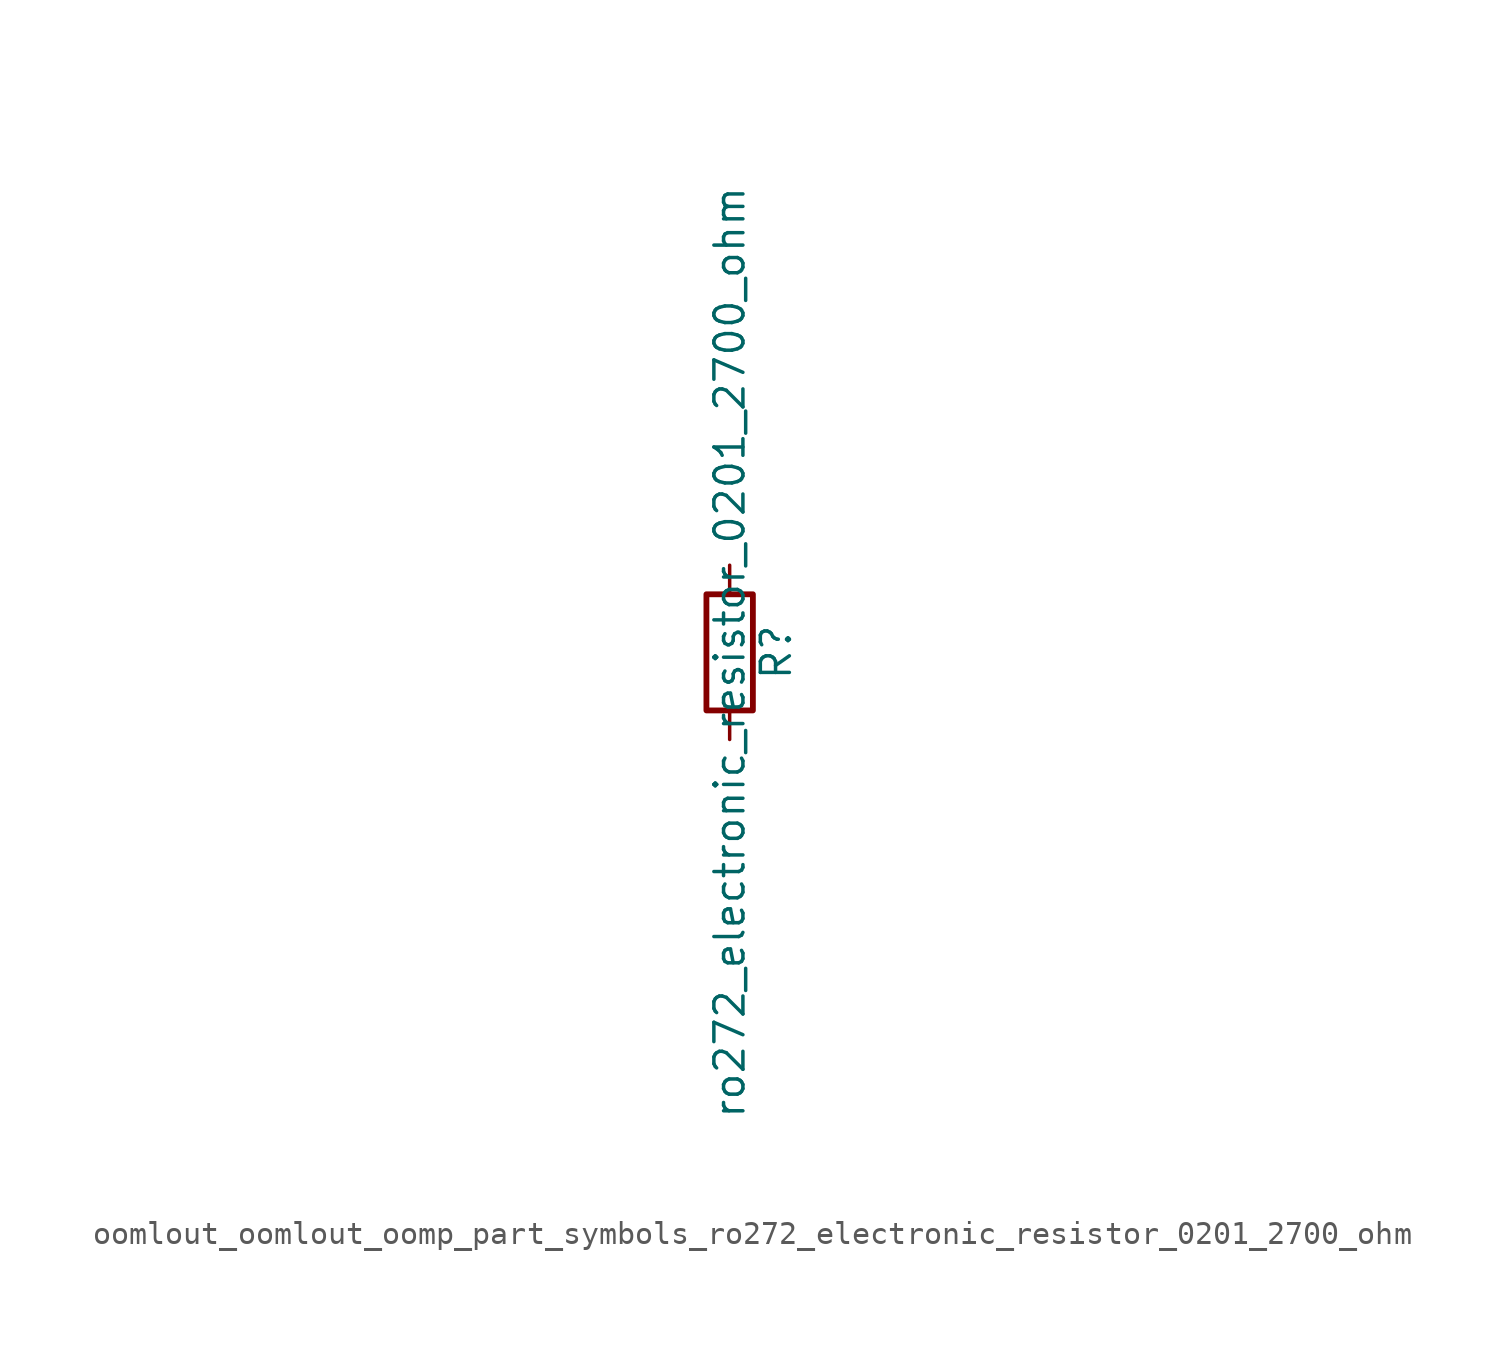
<source format=kicad_sym>
(kicad_symbol_lib
  (version 20220914)
  (generator kicad_symbol_editor)
  (symbol "oomlout_oomlout_oomp_part_symbols_ro272_electronic_resistor_0201_2700_ohm"
    (pin_numbers hide)
    (pin_names
      (offset 0))
    (property "Reference" "R"
      (at 2.032 0 90)
      (effects (font (size 1.27 1.27))))
    (property "Value" "ro272_electronic_resistor_0201_2700_ohm"
      (at 0 0 90)
      (effects (font (size 1.27 1.27))))
    (symbol "oomlout_oomlout_oomp_part_symbols_ro272_electronic_resistor_0201_2700_ohm_0_1"
      (rectangle (start -1.016 -2.54) (end 1.016 2.54) (stroke (width 0.254) (type default)) (fill (type none))))
    (symbol "oomlout_oomlout_oomp_part_symbols_ro272_electronic_resistor_0201_2700_ohm_1_1"
      (pin passive line (at 0 3.81 270) (length 1.27) (name "~" (effects (font (size 1.27 1.27)))) (number "1" (effects (font (size 1.27 1.27)))))
      (pin passive line (at 0 -3.81 90) (length 1.27) (name "~" (effects (font (size 1.27 1.27)))) (number "2" (effects (font (size 1.27 1.27))))))))
</source>
